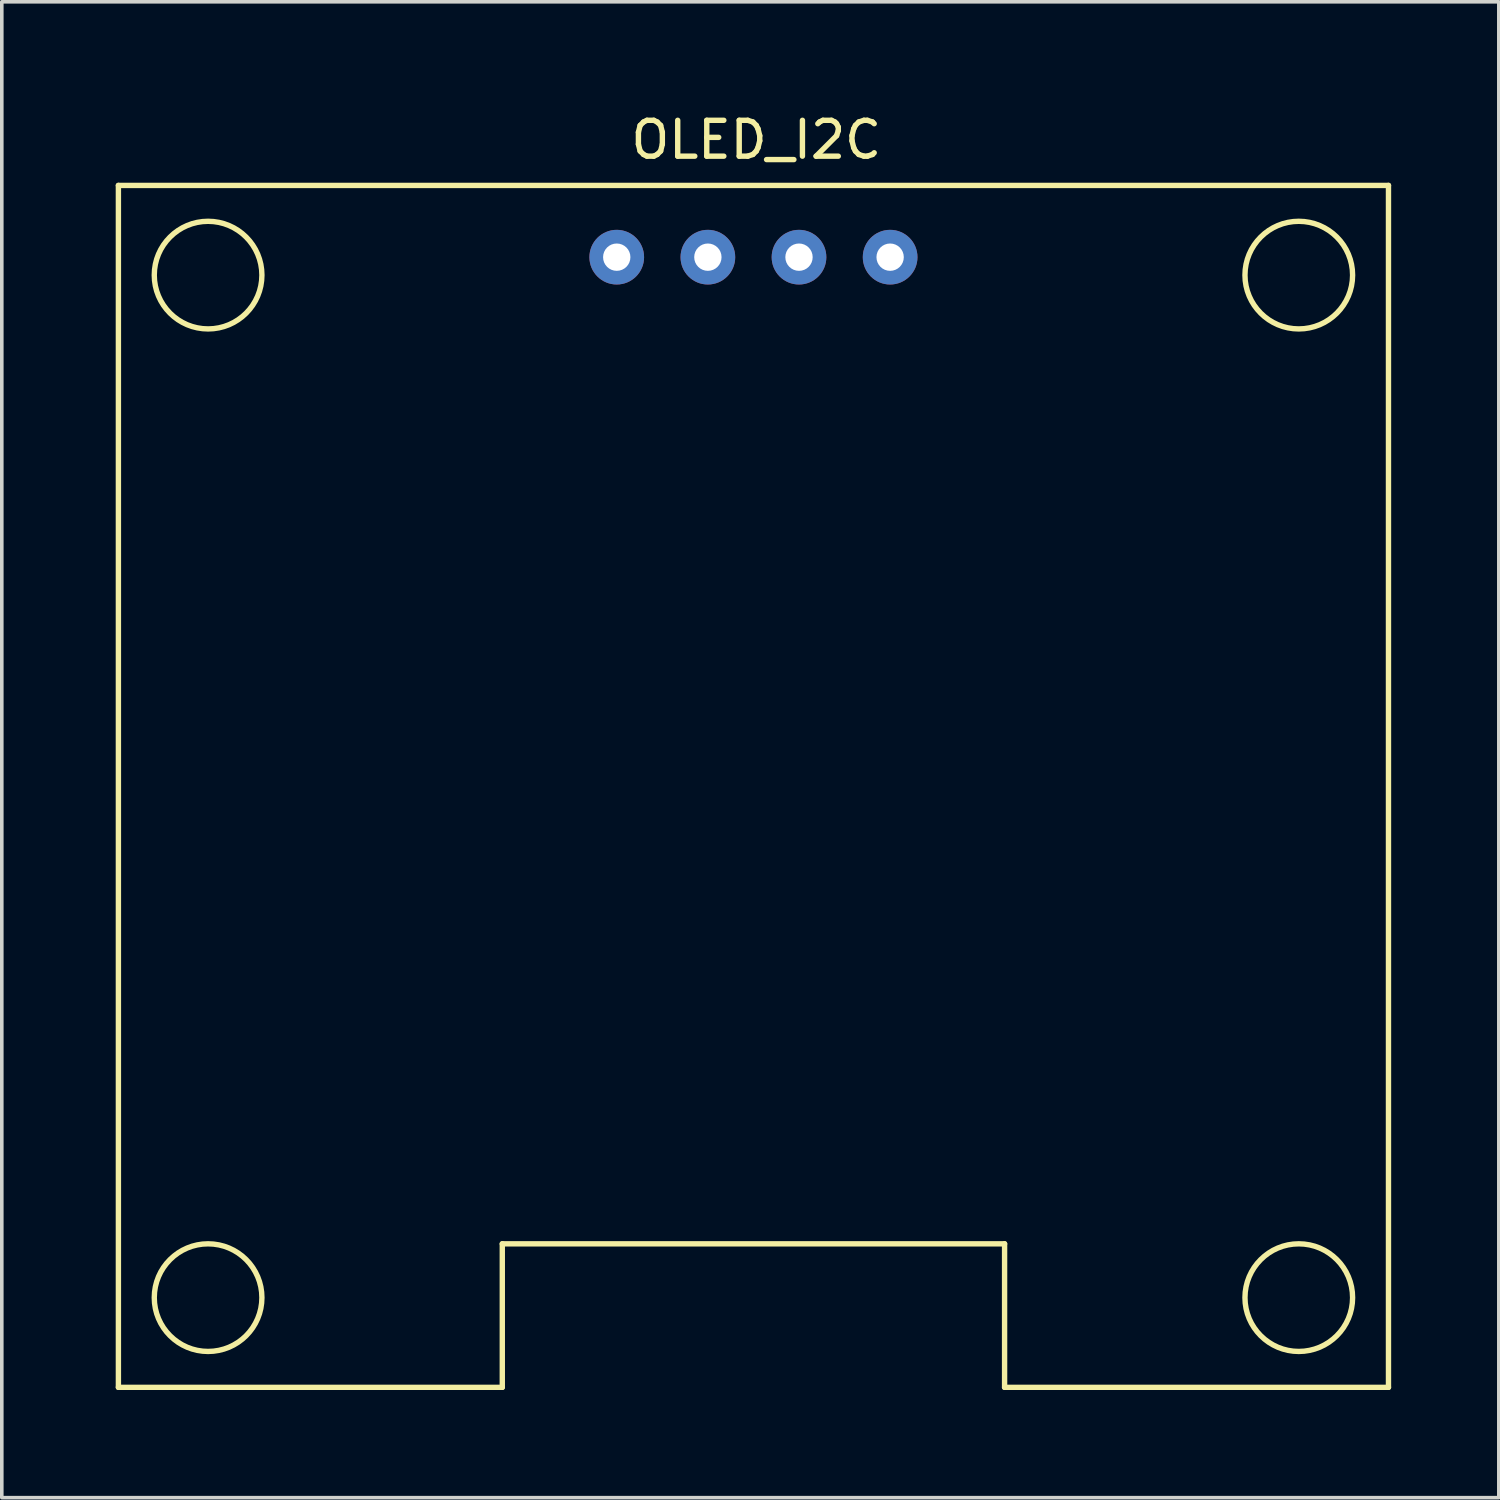
<source format=kicad_pcb>
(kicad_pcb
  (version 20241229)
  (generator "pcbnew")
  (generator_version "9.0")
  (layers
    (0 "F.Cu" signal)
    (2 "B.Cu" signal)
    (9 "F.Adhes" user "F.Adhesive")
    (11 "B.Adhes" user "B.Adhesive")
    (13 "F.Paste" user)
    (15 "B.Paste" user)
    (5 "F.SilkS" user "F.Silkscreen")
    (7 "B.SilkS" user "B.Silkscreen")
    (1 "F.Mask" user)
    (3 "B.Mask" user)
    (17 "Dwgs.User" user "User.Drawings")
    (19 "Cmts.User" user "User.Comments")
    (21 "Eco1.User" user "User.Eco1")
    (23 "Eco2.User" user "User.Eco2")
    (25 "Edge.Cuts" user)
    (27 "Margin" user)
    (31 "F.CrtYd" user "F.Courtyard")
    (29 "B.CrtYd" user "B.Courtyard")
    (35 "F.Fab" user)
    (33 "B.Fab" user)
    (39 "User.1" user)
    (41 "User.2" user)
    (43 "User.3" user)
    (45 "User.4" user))
  (footprint "OLED_I2C"
    (layer "F.Cu")
    (at 0.25 2.118)
    (property "Reference" "OLED_I2C" (at 17.78 -1.27 0) (layer "F.SilkS") (effects (font (size 1 1) (thickness 0.15))))
    (attr through_hole)
    (fp_line (start 0 0) (end 0 33.5) (stroke (width 0.15) (type solid)) (layer "F.SilkS"))
    (fp_line (start 0 33.5) (end 10.7 33.5) (stroke (width 0.15) (type solid)) (layer "F.SilkS"))
    (fp_line (start 10.7 29.5) (end 24.7 29.5) (stroke (width 0.15) (type solid)) (layer "F.SilkS"))
    (fp_line (start 10.7 33.5) (end 10.7 29.5) (stroke (width 0.15) (type solid)) (layer "F.SilkS"))
    (fp_line (start 24.7 29.5) (end 24.7 33.5) (stroke (width 0.15) (type solid)) (layer "F.SilkS"))
    (fp_line (start 35.4 0) (end 0 0) (stroke (width 0.15) (type solid)) (layer "F.SilkS"))
    (fp_line (start 35.4 33.5) (end 24.7 33.5) (stroke (width 0.15) (type solid)) (layer "F.SilkS"))
    (fp_line (start 35.4 33.5) (end 35.4 0) (stroke (width 0.15) (type solid)) (layer "F.SilkS"))
    (fp_circle (center 2.5 2.5) (end 2.5 1) (stroke (width 0.15) (type solid)) (fill no) (layer "F.SilkS"))
    (fp_circle (center 2.5 31) (end 2.5 32.5) (stroke (width 0.15) (type solid)) (fill no) (layer "F.SilkS"))
    (fp_circle (center 32.9 2.5) (end 32.9 1) (stroke (width 0.15) (type solid)) (fill no) (layer "F.SilkS"))
    (fp_circle (center 32.9 31) (end 32.9 32.5) (stroke (width 0.15) (type solid)) (fill no) (layer "F.SilkS"))
    (pad "1" thru_hole circle (at 13.89 2) (size 1.524 1.524) (drill 0.762) (layers "*.Cu" "*.Mask"))
    (pad "2" thru_hole circle (at 16.43 2) (size 1.524 1.524) (drill 0.762) (layers "*.Cu" "*.Mask"))
    (pad "3" thru_hole circle (at 18.97 2) (size 1.524 1.524) (drill 0.762) (layers "*.Cu" "*.Mask"))
    (pad "4" thru_hole circle (at 21.51 2) (size 1.524 1.524) (drill 0.762) (layers "*.Cu" "*.Mask")))
  (gr_rect
    (start -3 -3)
    (end 38.725 38.693)
    (stroke (width 0.1) (type default))
    (fill no)
    (layer "Edge.Cuts")))
</source>
